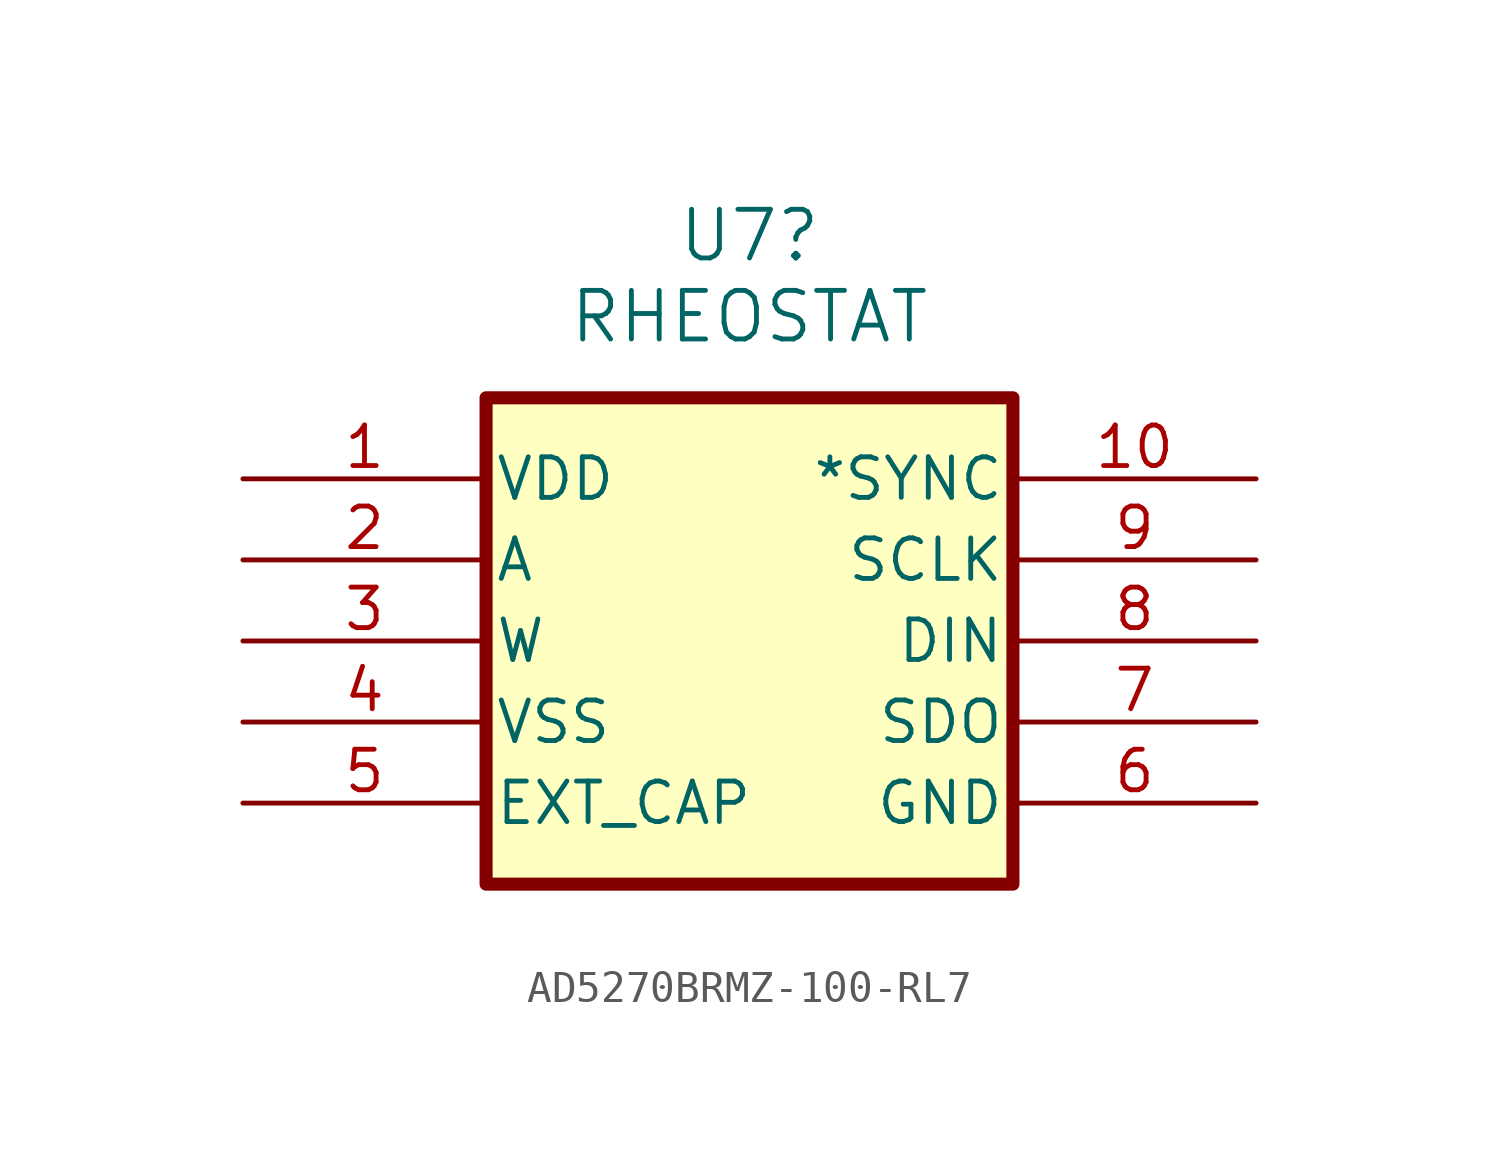
<source format=kicad_sym>
(kicad_symbol_lib
  (version 20231120)
  (generator "kicad_symbol_editor")
  (generator_version "8.0")
  (symbol "AD5270BRMZ-100-RL7"
    (pin_names
      (offset 0.254))
    (property "Reference" "U7"
      (at 23.495 7.62 0)
      (effects (font (size 1.524 1.524))))
    (property "Value" "RHEOSTAT"
      (at 23.495 5.08 0)
      (effects (font (size 1.524 1.524))))
    (property "ki_locked" ""
      (at 0 0 0)
      (effects (font (size 1.27 1.27))))
    (symbol "AD5270BRMZ-100-RL7_0_0"
      (rectangle (start 15.24 2.54) (end 31.75 -12.7) (stroke (width 0.41) (type default)) (fill (type background))))
    (symbol "AD5270BRMZ-100-RL7_0_1"
      (pin power_in line (at 7.62 0 0) (length 7.62) (name "VDD" (effects (font (size 1.27 1.27)))) (number "1" (effects (font (size 1.27 1.27)))))
      (pin input line (at 39.37 0 180) (length 7.62) (name "*SYNC" (effects (font (size 1.27 1.27)))) (number "10" (effects (font (size 1.27 1.27)))))
      (pin unspecified line (at 7.62 -2.54 0) (length 7.62) (name "A" (effects (font (size 1.27 1.27)))) (number "2" (effects (font (size 1.27 1.27)))))
      (pin unspecified line (at 7.62 -5.08 0) (length 7.62) (name "W" (effects (font (size 1.27 1.27)))) (number "3" (effects (font (size 1.27 1.27)))))
      (pin power_in line (at 7.62 -7.62 0) (length 7.62) (name "VSS" (effects (font (size 1.27 1.27)))) (number "4" (effects (font (size 1.27 1.27)))))
      (pin unspecified line (at 7.62 -10.16 0) (length 7.62) (name "EXT_CAP" (effects (font (size 1.27 1.27)))) (number "5" (effects (font (size 1.27 1.27)))))
      (pin power_in line (at 39.37 -10.16 180) (length 7.62) (name "GND" (effects (font (size 1.27 1.27)))) (number "6" (effects (font (size 1.27 1.27)))))
      (pin output line (at 39.37 -7.62 180) (length 7.62) (name "SDO" (effects (font (size 1.27 1.27)))) (number "7" (effects (font (size 1.27 1.27)))))
      (pin input line (at 39.37 -5.08 180) (length 7.62) (name "DIN" (effects (font (size 1.27 1.27)))) (number "8" (effects (font (size 1.27 1.27)))))
      (pin input line (at 39.37 -2.54 180) (length 7.62) (name "SCLK" (effects (font (size 1.27 1.27)))) (number "9" (effects (font (size 1.27 1.27))))))))
</source>
